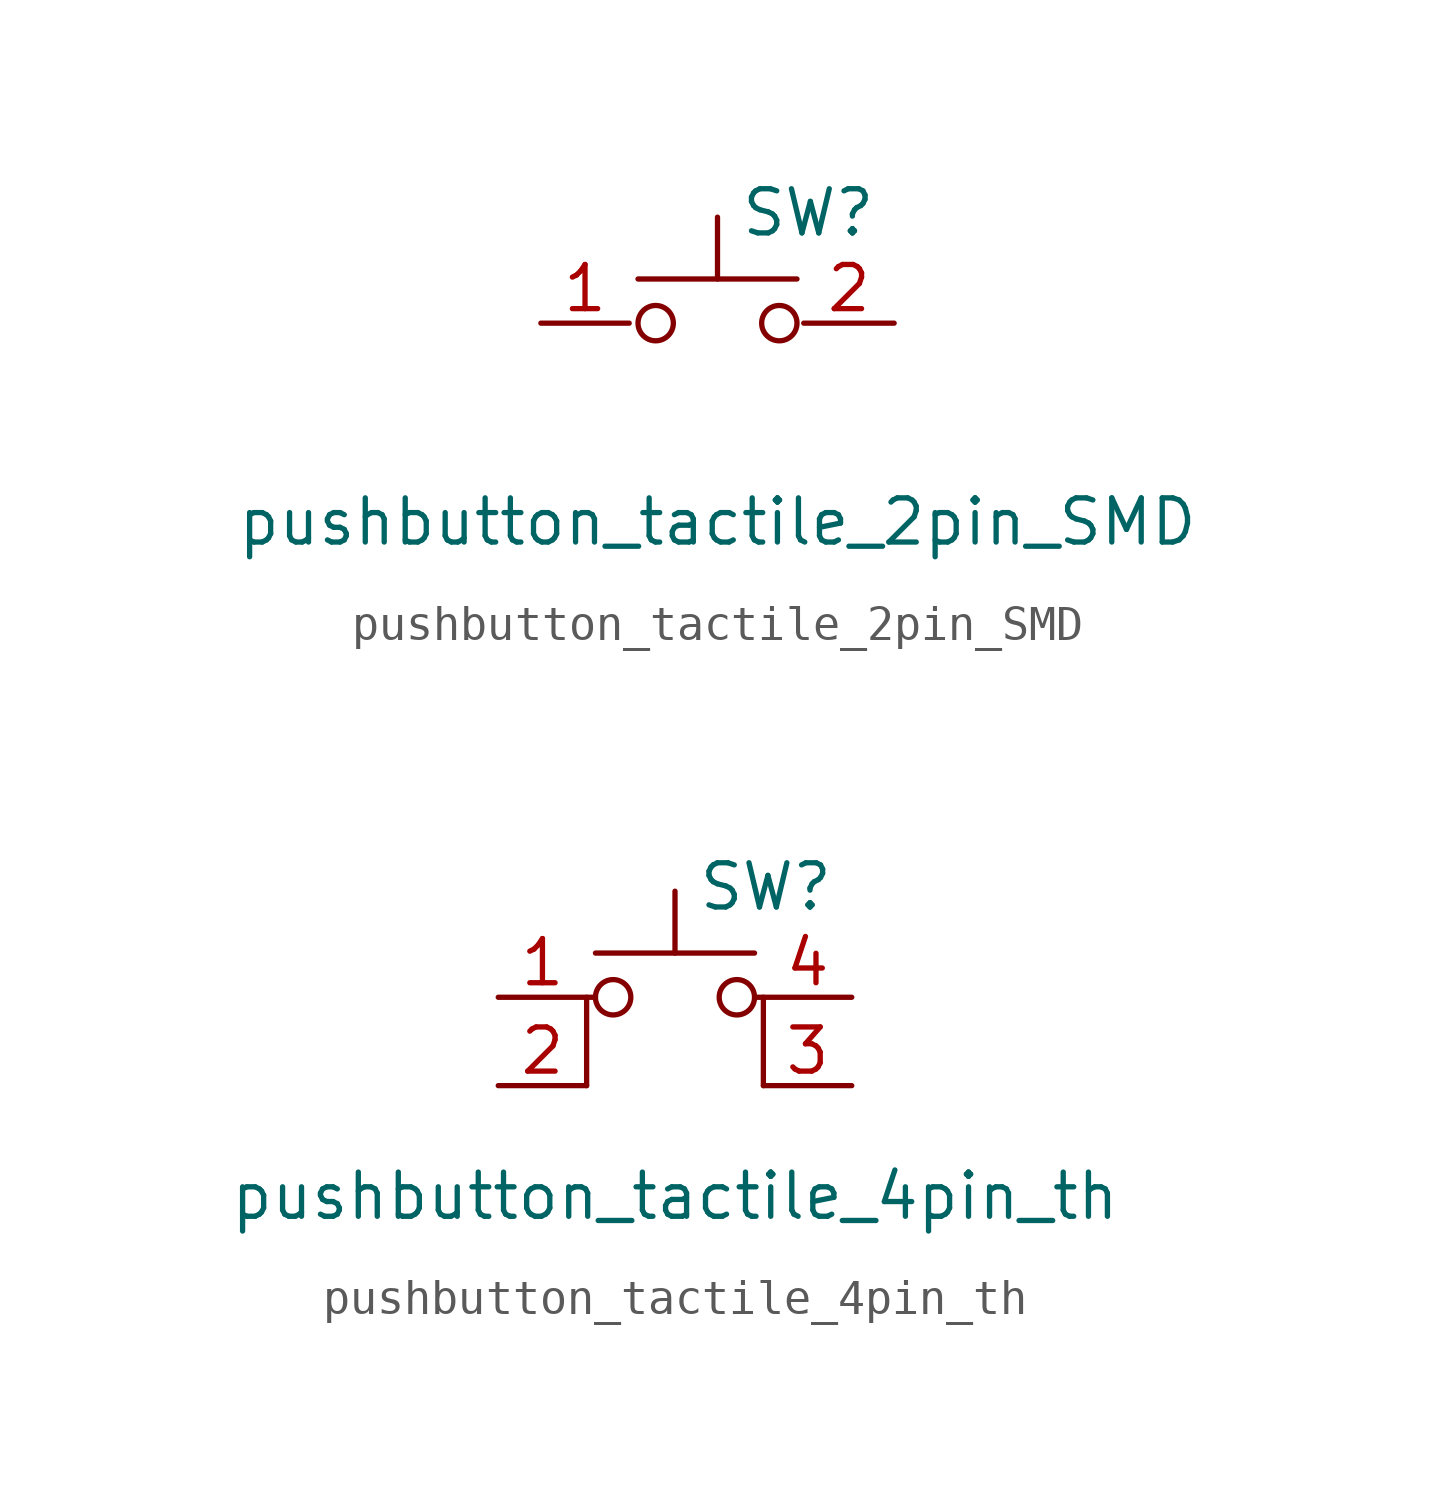
<source format=kicad_sym>
(kicad_symbol_lib
  (version 20211014)
  (generator kicad_symbol_editor)
  (symbol "pushbutton_tactile_2pin_SMD"
    (pin_names
      (offset 1.016) hide)
    (property "Reference" "SW"
      (at 0.635 5.715 0)
      (effects (font (size 1.27 1.27)) (justify left)))
    (property "Value" "pushbutton_tactile_2pin_SMD"
      (at 0 -3.175 0)
      (effects (font (size 1.27 1.27))))
    (symbol "pushbutton_tactile_2pin_SMD_0_1"
      (circle (center -1.778 2.54) (radius 0.508) (stroke (width 0) (type default) (color 0 0 0 0)) (fill (type none)))
      (polyline (pts (xy -2.286 3.81) (xy 2.286 3.81)) (stroke (width 0) (type default) (color 0 0 0 0)) (fill (type none)))
      (polyline (pts (xy 0 3.81) (xy 0 5.588)) (stroke (width 0) (type default) (color 0 0 0 0)) (fill (type none)))
      (circle (center 1.778 2.54) (radius 0.508) (stroke (width 0) (type default) (color 0 0 0 0)) (fill (type none)))
      (pin passive line (at -5.08 2.54 0) (length 2.54) (name "1" (effects (font (size 1.27 1.27)))) (number "1" (effects (font (size 1.27 1.27)))))
      (pin passive line (at 5.08 2.54 180) (length 2.6) (name "2" (effects (font (size 1.27 1.27)))) (number "2" (effects (font (size 1.27 1.27)))))))
  (symbol "pushbutton_tactile_4pin_th"
    (pin_names
      (offset 1.016) hide)
    (property "Reference" "SW"
      (at 0.635 5.715 0)
      (effects (font (size 1.27 1.27)) (justify left)))
    (property "Value" "pushbutton_tactile_4pin_th"
      (at 0 -3.175 0)
      (effects (font (size 1.27 1.27))))
    (symbol "pushbutton_tactile_4pin_th_0_1"
      (circle (center -1.778 2.54) (radius 0.508) (stroke (width 0) (type default) (color 0 0 0 0)) (fill (type none)))
      (polyline (pts (xy -2.286 3.81) (xy 2.286 3.81)) (stroke (width 0) (type default) (color 0 0 0 0)) (fill (type none)))
      (polyline (pts (xy 0 3.81) (xy 0 5.588)) (stroke (width 0) (type default) (color 0 0 0 0)) (fill (type none)))
      (polyline (pts (xy -2.54 0) (xy -2.54 2.54) (xy -2.286 2.54)) (stroke (width 0) (type default) (color 0 0 0 0)) (fill (type none)))
      (polyline (pts (xy 2.54 0) (xy 2.54 2.54) (xy 2.286 2.54)) (stroke (width 0) (type default) (color 0 0 0 0)) (fill (type none)))
      (circle (center 1.778 2.54) (radius 0.508) (stroke (width 0) (type default) (color 0 0 0 0)) (fill (type none)))
      (pin passive line (at -5.08 2.54 0) (length 2.54) (name "1" (effects (font (size 1.27 1.27)))) (number "1" (effects (font (size 1.27 1.27)))))
      (pin passive line (at -5.08 0 0) (length 2.54) (name "2" (effects (font (size 1.27 1.27)))) (number "2" (effects (font (size 1.27 1.27)))))
      (pin passive line (at 5.08 0 180) (length 2.54) (name "K" (effects (font (size 1.27 1.27)))) (number "3" (effects (font (size 1.27 1.27)))))
      (pin passive line (at 5.08 2.54 180) (length 2.54) (name "A" (effects (font (size 1.27 1.27)))) (number "4" (effects (font (size 1.27 1.27))))))))
</source>
